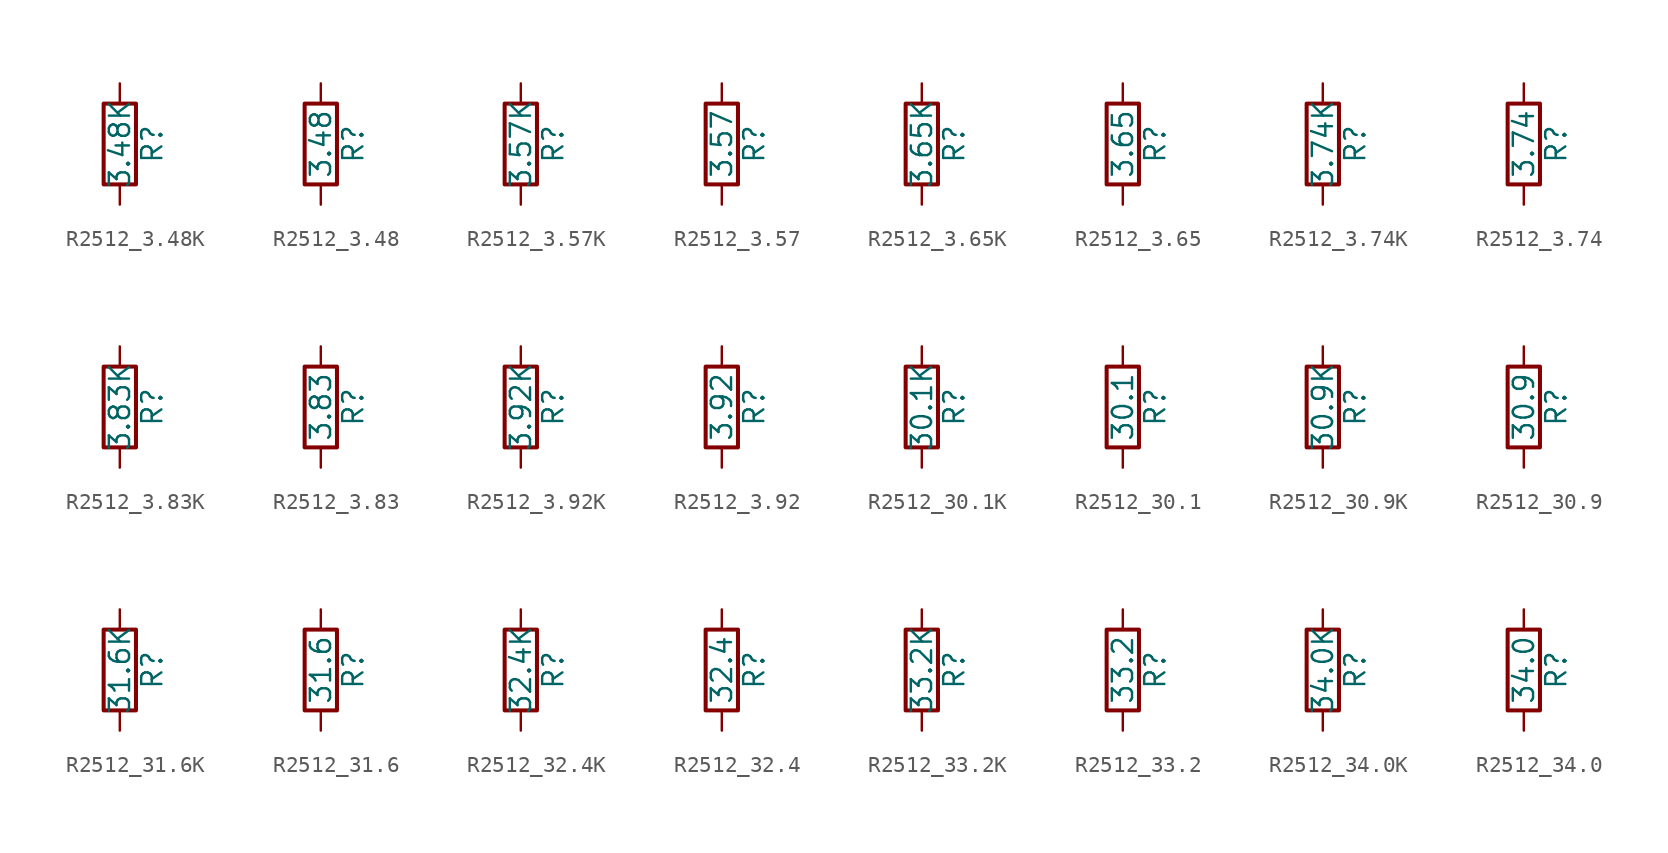
<source format=kicad_sym>
(kicad_symbol_lib
  (version 20211014)
  (generator atlantix-eda)
  (symbol "R2512_3.48K"
    (pin_numbers hide)
    (pin_names
      (offset 0))
    (property "Reference" "R"
      (at 2.032 0 90)
      (effects (font (size 1.27 1.27))))
    (property "Value" "3.48K"
      (at 0 0 90)
      (effects (font (size 1.27 1.27))))
    (symbol "R2512_3.48K_0_1"
      (rectangle (start -1.016 -2.54) (end 1.016 2.54) (stroke (width 0.254) (type default) (color 0 0 0 0)) (fill (type none))))
    (symbol "R2512_3.48K_1_1"
      (pin passive line (at 0 3.81 270) (length 1.27) (name "~" (effects (font (size 1.27 1.27)))) (number "1" (effects (font (size 1.27 1.27)))))
      (pin passive line (at 0 -3.81 90) (length 1.27) (name "~" (effects (font (size 1.27 1.27)))) (number "2" (effects (font (size 1.27 1.27)))))))
  (symbol "R2512_3.48"
    (pin_numbers hide)
    (pin_names
      (offset 0))
    (property "Reference" "R"
      (at 2.032 0 90)
      (effects (font (size 1.27 1.27))))
    (property "Value" "3.48"
      (at 0 0 90)
      (effects (font (size 1.27 1.27))))
    (symbol "R2512_3.48_0_1"
      (rectangle (start -1.016 -2.54) (end 1.016 2.54) (stroke (width 0.254) (type default) (color 0 0 0 0)) (fill (type none))))
    (symbol "R2512_3.48_1_1"
      (pin passive line (at 0 3.81 270) (length 1.27) (name "~" (effects (font (size 1.27 1.27)))) (number "1" (effects (font (size 1.27 1.27)))))
      (pin passive line (at 0 -3.81 90) (length 1.27) (name "~" (effects (font (size 1.27 1.27)))) (number "2" (effects (font (size 1.27 1.27)))))))
  (symbol "R2512_3.57K"
    (pin_numbers hide)
    (pin_names
      (offset 0))
    (property "Reference" "R"
      (at 2.032 0 90)
      (effects (font (size 1.27 1.27))))
    (property "Value" "3.57K"
      (at 0 0 90)
      (effects (font (size 1.27 1.27))))
    (symbol "R2512_3.57K_0_1"
      (rectangle (start -1.016 -2.54) (end 1.016 2.54) (stroke (width 0.254) (type default) (color 0 0 0 0)) (fill (type none))))
    (symbol "R2512_3.57K_1_1"
      (pin passive line (at 0 3.81 270) (length 1.27) (name "~" (effects (font (size 1.27 1.27)))) (number "1" (effects (font (size 1.27 1.27)))))
      (pin passive line (at 0 -3.81 90) (length 1.27) (name "~" (effects (font (size 1.27 1.27)))) (number "2" (effects (font (size 1.27 1.27)))))))
  (symbol "R2512_3.57"
    (pin_numbers hide)
    (pin_names
      (offset 0))
    (property "Reference" "R"
      (at 2.032 0 90)
      (effects (font (size 1.27 1.27))))
    (property "Value" "3.57"
      (at 0 0 90)
      (effects (font (size 1.27 1.27))))
    (symbol "R2512_3.57_0_1"
      (rectangle (start -1.016 -2.54) (end 1.016 2.54) (stroke (width 0.254) (type default) (color 0 0 0 0)) (fill (type none))))
    (symbol "R2512_3.57_1_1"
      (pin passive line (at 0 3.81 270) (length 1.27) (name "~" (effects (font (size 1.27 1.27)))) (number "1" (effects (font (size 1.27 1.27)))))
      (pin passive line (at 0 -3.81 90) (length 1.27) (name "~" (effects (font (size 1.27 1.27)))) (number "2" (effects (font (size 1.27 1.27)))))))
  (symbol "R2512_3.65K"
    (pin_numbers hide)
    (pin_names
      (offset 0))
    (property "Reference" "R"
      (at 2.032 0 90)
      (effects (font (size 1.27 1.27))))
    (property "Value" "3.65K"
      (at 0 0 90)
      (effects (font (size 1.27 1.27))))
    (symbol "R2512_3.65K_0_1"
      (rectangle (start -1.016 -2.54) (end 1.016 2.54) (stroke (width 0.254) (type default) (color 0 0 0 0)) (fill (type none))))
    (symbol "R2512_3.65K_1_1"
      (pin passive line (at 0 3.81 270) (length 1.27) (name "~" (effects (font (size 1.27 1.27)))) (number "1" (effects (font (size 1.27 1.27)))))
      (pin passive line (at 0 -3.81 90) (length 1.27) (name "~" (effects (font (size 1.27 1.27)))) (number "2" (effects (font (size 1.27 1.27)))))))
  (symbol "R2512_3.65"
    (pin_numbers hide)
    (pin_names
      (offset 0))
    (property "Reference" "R"
      (at 2.032 0 90)
      (effects (font (size 1.27 1.27))))
    (property "Value" "3.65"
      (at 0 0 90)
      (effects (font (size 1.27 1.27))))
    (symbol "R2512_3.65_0_1"
      (rectangle (start -1.016 -2.54) (end 1.016 2.54) (stroke (width 0.254) (type default) (color 0 0 0 0)) (fill (type none))))
    (symbol "R2512_3.65_1_1"
      (pin passive line (at 0 3.81 270) (length 1.27) (name "~" (effects (font (size 1.27 1.27)))) (number "1" (effects (font (size 1.27 1.27)))))
      (pin passive line (at 0 -3.81 90) (length 1.27) (name "~" (effects (font (size 1.27 1.27)))) (number "2" (effects (font (size 1.27 1.27)))))))
  (symbol "R2512_3.74K"
    (pin_numbers hide)
    (pin_names
      (offset 0))
    (property "Reference" "R"
      (at 2.032 0 90)
      (effects (font (size 1.27 1.27))))
    (property "Value" "3.74K"
      (at 0 0 90)
      (effects (font (size 1.27 1.27))))
    (symbol "R2512_3.74K_0_1"
      (rectangle (start -1.016 -2.54) (end 1.016 2.54) (stroke (width 0.254) (type default) (color 0 0 0 0)) (fill (type none))))
    (symbol "R2512_3.74K_1_1"
      (pin passive line (at 0 3.81 270) (length 1.27) (name "~" (effects (font (size 1.27 1.27)))) (number "1" (effects (font (size 1.27 1.27)))))
      (pin passive line (at 0 -3.81 90) (length 1.27) (name "~" (effects (font (size 1.27 1.27)))) (number "2" (effects (font (size 1.27 1.27)))))))
  (symbol "R2512_3.74"
    (pin_numbers hide)
    (pin_names
      (offset 0))
    (property "Reference" "R"
      (at 2.032 0 90)
      (effects (font (size 1.27 1.27))))
    (property "Value" "3.74"
      (at 0 0 90)
      (effects (font (size 1.27 1.27))))
    (symbol "R2512_3.74_0_1"
      (rectangle (start -1.016 -2.54) (end 1.016 2.54) (stroke (width 0.254) (type default) (color 0 0 0 0)) (fill (type none))))
    (symbol "R2512_3.74_1_1"
      (pin passive line (at 0 3.81 270) (length 1.27) (name "~" (effects (font (size 1.27 1.27)))) (number "1" (effects (font (size 1.27 1.27)))))
      (pin passive line (at 0 -3.81 90) (length 1.27) (name "~" (effects (font (size 1.27 1.27)))) (number "2" (effects (font (size 1.27 1.27)))))))
  (symbol "R2512_3.83K"
    (pin_numbers hide)
    (pin_names
      (offset 0))
    (property "Reference" "R"
      (at 2.032 0 90)
      (effects (font (size 1.27 1.27))))
    (property "Value" "3.83K"
      (at 0 0 90)
      (effects (font (size 1.27 1.27))))
    (symbol "R2512_3.83K_0_1"
      (rectangle (start -1.016 -2.54) (end 1.016 2.54) (stroke (width 0.254) (type default) (color 0 0 0 0)) (fill (type none))))
    (symbol "R2512_3.83K_1_1"
      (pin passive line (at 0 3.81 270) (length 1.27) (name "~" (effects (font (size 1.27 1.27)))) (number "1" (effects (font (size 1.27 1.27)))))
      (pin passive line (at 0 -3.81 90) (length 1.27) (name "~" (effects (font (size 1.27 1.27)))) (number "2" (effects (font (size 1.27 1.27)))))))
  (symbol "R2512_3.83"
    (pin_numbers hide)
    (pin_names
      (offset 0))
    (property "Reference" "R"
      (at 2.032 0 90)
      (effects (font (size 1.27 1.27))))
    (property "Value" "3.83"
      (at 0 0 90)
      (effects (font (size 1.27 1.27))))
    (symbol "R2512_3.83_0_1"
      (rectangle (start -1.016 -2.54) (end 1.016 2.54) (stroke (width 0.254) (type default) (color 0 0 0 0)) (fill (type none))))
    (symbol "R2512_3.83_1_1"
      (pin passive line (at 0 3.81 270) (length 1.27) (name "~" (effects (font (size 1.27 1.27)))) (number "1" (effects (font (size 1.27 1.27)))))
      (pin passive line (at 0 -3.81 90) (length 1.27) (name "~" (effects (font (size 1.27 1.27)))) (number "2" (effects (font (size 1.27 1.27)))))))
  (symbol "R2512_3.92K"
    (pin_numbers hide)
    (pin_names
      (offset 0))
    (property "Reference" "R"
      (at 2.032 0 90)
      (effects (font (size 1.27 1.27))))
    (property "Value" "3.92K"
      (at 0 0 90)
      (effects (font (size 1.27 1.27))))
    (symbol "R2512_3.92K_0_1"
      (rectangle (start -1.016 -2.54) (end 1.016 2.54) (stroke (width 0.254) (type default) (color 0 0 0 0)) (fill (type none))))
    (symbol "R2512_3.92K_1_1"
      (pin passive line (at 0 3.81 270) (length 1.27) (name "~" (effects (font (size 1.27 1.27)))) (number "1" (effects (font (size 1.27 1.27)))))
      (pin passive line (at 0 -3.81 90) (length 1.27) (name "~" (effects (font (size 1.27 1.27)))) (number "2" (effects (font (size 1.27 1.27)))))))
  (symbol "R2512_3.92"
    (pin_numbers hide)
    (pin_names
      (offset 0))
    (property "Reference" "R"
      (at 2.032 0 90)
      (effects (font (size 1.27 1.27))))
    (property "Value" "3.92"
      (at 0 0 90)
      (effects (font (size 1.27 1.27))))
    (symbol "R2512_3.92_0_1"
      (rectangle (start -1.016 -2.54) (end 1.016 2.54) (stroke (width 0.254) (type default) (color 0 0 0 0)) (fill (type none))))
    (symbol "R2512_3.92_1_1"
      (pin passive line (at 0 3.81 270) (length 1.27) (name "~" (effects (font (size 1.27 1.27)))) (number "1" (effects (font (size 1.27 1.27)))))
      (pin passive line (at 0 -3.81 90) (length 1.27) (name "~" (effects (font (size 1.27 1.27)))) (number "2" (effects (font (size 1.27 1.27)))))))
  (symbol "R2512_30.1K"
    (pin_numbers hide)
    (pin_names
      (offset 0))
    (property "Reference" "R"
      (at 2.032 0 90)
      (effects (font (size 1.27 1.27))))
    (property "Value" "30.1K"
      (at 0 0 90)
      (effects (font (size 1.27 1.27))))
    (symbol "R2512_30.1K_0_1"
      (rectangle (start -1.016 -2.54) (end 1.016 2.54) (stroke (width 0.254) (type default) (color 0 0 0 0)) (fill (type none))))
    (symbol "R2512_30.1K_1_1"
      (pin passive line (at 0 3.81 270) (length 1.27) (name "~" (effects (font (size 1.27 1.27)))) (number "1" (effects (font (size 1.27 1.27)))))
      (pin passive line (at 0 -3.81 90) (length 1.27) (name "~" (effects (font (size 1.27 1.27)))) (number "2" (effects (font (size 1.27 1.27)))))))
  (symbol "R2512_30.1"
    (pin_numbers hide)
    (pin_names
      (offset 0))
    (property "Reference" "R"
      (at 2.032 0 90)
      (effects (font (size 1.27 1.27))))
    (property "Value" "30.1"
      (at 0 0 90)
      (effects (font (size 1.27 1.27))))
    (symbol "R2512_30.1_0_1"
      (rectangle (start -1.016 -2.54) (end 1.016 2.54) (stroke (width 0.254) (type default) (color 0 0 0 0)) (fill (type none))))
    (symbol "R2512_30.1_1_1"
      (pin passive line (at 0 3.81 270) (length 1.27) (name "~" (effects (font (size 1.27 1.27)))) (number "1" (effects (font (size 1.27 1.27)))))
      (pin passive line (at 0 -3.81 90) (length 1.27) (name "~" (effects (font (size 1.27 1.27)))) (number "2" (effects (font (size 1.27 1.27)))))))
  (symbol "R2512_30.9K"
    (pin_numbers hide)
    (pin_names
      (offset 0))
    (property "Reference" "R"
      (at 2.032 0 90)
      (effects (font (size 1.27 1.27))))
    (property "Value" "30.9K"
      (at 0 0 90)
      (effects (font (size 1.27 1.27))))
    (symbol "R2512_30.9K_0_1"
      (rectangle (start -1.016 -2.54) (end 1.016 2.54) (stroke (width 0.254) (type default) (color 0 0 0 0)) (fill (type none))))
    (symbol "R2512_30.9K_1_1"
      (pin passive line (at 0 3.81 270) (length 1.27) (name "~" (effects (font (size 1.27 1.27)))) (number "1" (effects (font (size 1.27 1.27)))))
      (pin passive line (at 0 -3.81 90) (length 1.27) (name "~" (effects (font (size 1.27 1.27)))) (number "2" (effects (font (size 1.27 1.27)))))))
  (symbol "R2512_30.9"
    (pin_numbers hide)
    (pin_names
      (offset 0))
    (property "Reference" "R"
      (at 2.032 0 90)
      (effects (font (size 1.27 1.27))))
    (property "Value" "30.9"
      (at 0 0 90)
      (effects (font (size 1.27 1.27))))
    (symbol "R2512_30.9_0_1"
      (rectangle (start -1.016 -2.54) (end 1.016 2.54) (stroke (width 0.254) (type default) (color 0 0 0 0)) (fill (type none))))
    (symbol "R2512_30.9_1_1"
      (pin passive line (at 0 3.81 270) (length 1.27) (name "~" (effects (font (size 1.27 1.27)))) (number "1" (effects (font (size 1.27 1.27)))))
      (pin passive line (at 0 -3.81 90) (length 1.27) (name "~" (effects (font (size 1.27 1.27)))) (number "2" (effects (font (size 1.27 1.27)))))))
  (symbol "R2512_31.6K"
    (pin_numbers hide)
    (pin_names
      (offset 0))
    (property "Reference" "R"
      (at 2.032 0 90)
      (effects (font (size 1.27 1.27))))
    (property "Value" "31.6K"
      (at 0 0 90)
      (effects (font (size 1.27 1.27))))
    (symbol "R2512_31.6K_0_1"
      (rectangle (start -1.016 -2.54) (end 1.016 2.54) (stroke (width 0.254) (type default) (color 0 0 0 0)) (fill (type none))))
    (symbol "R2512_31.6K_1_1"
      (pin passive line (at 0 3.81 270) (length 1.27) (name "~" (effects (font (size 1.27 1.27)))) (number "1" (effects (font (size 1.27 1.27)))))
      (pin passive line (at 0 -3.81 90) (length 1.27) (name "~" (effects (font (size 1.27 1.27)))) (number "2" (effects (font (size 1.27 1.27)))))))
  (symbol "R2512_31.6"
    (pin_numbers hide)
    (pin_names
      (offset 0))
    (property "Reference" "R"
      (at 2.032 0 90)
      (effects (font (size 1.27 1.27))))
    (property "Value" "31.6"
      (at 0 0 90)
      (effects (font (size 1.27 1.27))))
    (symbol "R2512_31.6_0_1"
      (rectangle (start -1.016 -2.54) (end 1.016 2.54) (stroke (width 0.254) (type default) (color 0 0 0 0)) (fill (type none))))
    (symbol "R2512_31.6_1_1"
      (pin passive line (at 0 3.81 270) (length 1.27) (name "~" (effects (font (size 1.27 1.27)))) (number "1" (effects (font (size 1.27 1.27)))))
      (pin passive line (at 0 -3.81 90) (length 1.27) (name "~" (effects (font (size 1.27 1.27)))) (number "2" (effects (font (size 1.27 1.27)))))))
  (symbol "R2512_32.4K"
    (pin_numbers hide)
    (pin_names
      (offset 0))
    (property "Reference" "R"
      (at 2.032 0 90)
      (effects (font (size 1.27 1.27))))
    (property "Value" "32.4K"
      (at 0 0 90)
      (effects (font (size 1.27 1.27))))
    (symbol "R2512_32.4K_0_1"
      (rectangle (start -1.016 -2.54) (end 1.016 2.54) (stroke (width 0.254) (type default) (color 0 0 0 0)) (fill (type none))))
    (symbol "R2512_32.4K_1_1"
      (pin passive line (at 0 3.81 270) (length 1.27) (name "~" (effects (font (size 1.27 1.27)))) (number "1" (effects (font (size 1.27 1.27)))))
      (pin passive line (at 0 -3.81 90) (length 1.27) (name "~" (effects (font (size 1.27 1.27)))) (number "2" (effects (font (size 1.27 1.27)))))))
  (symbol "R2512_32.4"
    (pin_numbers hide)
    (pin_names
      (offset 0))
    (property "Reference" "R"
      (at 2.032 0 90)
      (effects (font (size 1.27 1.27))))
    (property "Value" "32.4"
      (at 0 0 90)
      (effects (font (size 1.27 1.27))))
    (symbol "R2512_32.4_0_1"
      (rectangle (start -1.016 -2.54) (end 1.016 2.54) (stroke (width 0.254) (type default) (color 0 0 0 0)) (fill (type none))))
    (symbol "R2512_32.4_1_1"
      (pin passive line (at 0 3.81 270) (length 1.27) (name "~" (effects (font (size 1.27 1.27)))) (number "1" (effects (font (size 1.27 1.27)))))
      (pin passive line (at 0 -3.81 90) (length 1.27) (name "~" (effects (font (size 1.27 1.27)))) (number "2" (effects (font (size 1.27 1.27)))))))
  (symbol "R2512_33.2K"
    (pin_numbers hide)
    (pin_names
      (offset 0))
    (property "Reference" "R"
      (at 2.032 0 90)
      (effects (font (size 1.27 1.27))))
    (property "Value" "33.2K"
      (at 0 0 90)
      (effects (font (size 1.27 1.27))))
    (symbol "R2512_33.2K_0_1"
      (rectangle (start -1.016 -2.54) (end 1.016 2.54) (stroke (width 0.254) (type default) (color 0 0 0 0)) (fill (type none))))
    (symbol "R2512_33.2K_1_1"
      (pin passive line (at 0 3.81 270) (length 1.27) (name "~" (effects (font (size 1.27 1.27)))) (number "1" (effects (font (size 1.27 1.27)))))
      (pin passive line (at 0 -3.81 90) (length 1.27) (name "~" (effects (font (size 1.27 1.27)))) (number "2" (effects (font (size 1.27 1.27)))))))
  (symbol "R2512_33.2"
    (pin_numbers hide)
    (pin_names
      (offset 0))
    (property "Reference" "R"
      (at 2.032 0 90)
      (effects (font (size 1.27 1.27))))
    (property "Value" "33.2"
      (at 0 0 90)
      (effects (font (size 1.27 1.27))))
    (symbol "R2512_33.2_0_1"
      (rectangle (start -1.016 -2.54) (end 1.016 2.54) (stroke (width 0.254) (type default) (color 0 0 0 0)) (fill (type none))))
    (symbol "R2512_33.2_1_1"
      (pin passive line (at 0 3.81 270) (length 1.27) (name "~" (effects (font (size 1.27 1.27)))) (number "1" (effects (font (size 1.27 1.27)))))
      (pin passive line (at 0 -3.81 90) (length 1.27) (name "~" (effects (font (size 1.27 1.27)))) (number "2" (effects (font (size 1.27 1.27)))))))
  (symbol "R2512_34.0K"
    (pin_numbers hide)
    (pin_names
      (offset 0))
    (property "Reference" "R"
      (at 2.032 0 90)
      (effects (font (size 1.27 1.27))))
    (property "Value" "34.0K"
      (at 0 0 90)
      (effects (font (size 1.27 1.27))))
    (symbol "R2512_34.0K_0_1"
      (rectangle (start -1.016 -2.54) (end 1.016 2.54) (stroke (width 0.254) (type default) (color 0 0 0 0)) (fill (type none))))
    (symbol "R2512_34.0K_1_1"
      (pin passive line (at 0 3.81 270) (length 1.27) (name "~" (effects (font (size 1.27 1.27)))) (number "1" (effects (font (size 1.27 1.27)))))
      (pin passive line (at 0 -3.81 90) (length 1.27) (name "~" (effects (font (size 1.27 1.27)))) (number "2" (effects (font (size 1.27 1.27)))))))
  (symbol "R2512_34.0"
    (pin_numbers hide)
    (pin_names
      (offset 0))
    (property "Reference" "R"
      (at 2.032 0 90)
      (effects (font (size 1.27 1.27))))
    (property "Value" "34.0"
      (at 0 0 90)
      (effects (font (size 1.27 1.27))))
    (symbol "R2512_34.0_0_1"
      (rectangle (start -1.016 -2.54) (end 1.016 2.54) (stroke (width 0.254) (type default) (color 0 0 0 0)) (fill (type none))))
    (symbol "R2512_34.0_1_1"
      (pin passive line (at 0 3.81 270) (length 1.27) (name "~" (effects (font (size 1.27 1.27)))) (number "1" (effects (font (size 1.27 1.27)))))
      (pin passive line (at 0 -3.81 90) (length 1.27) (name "~" (effects (font (size 1.27 1.27)))) (number "2" (effects (font (size 1.27 1.27))))))))
</source>
